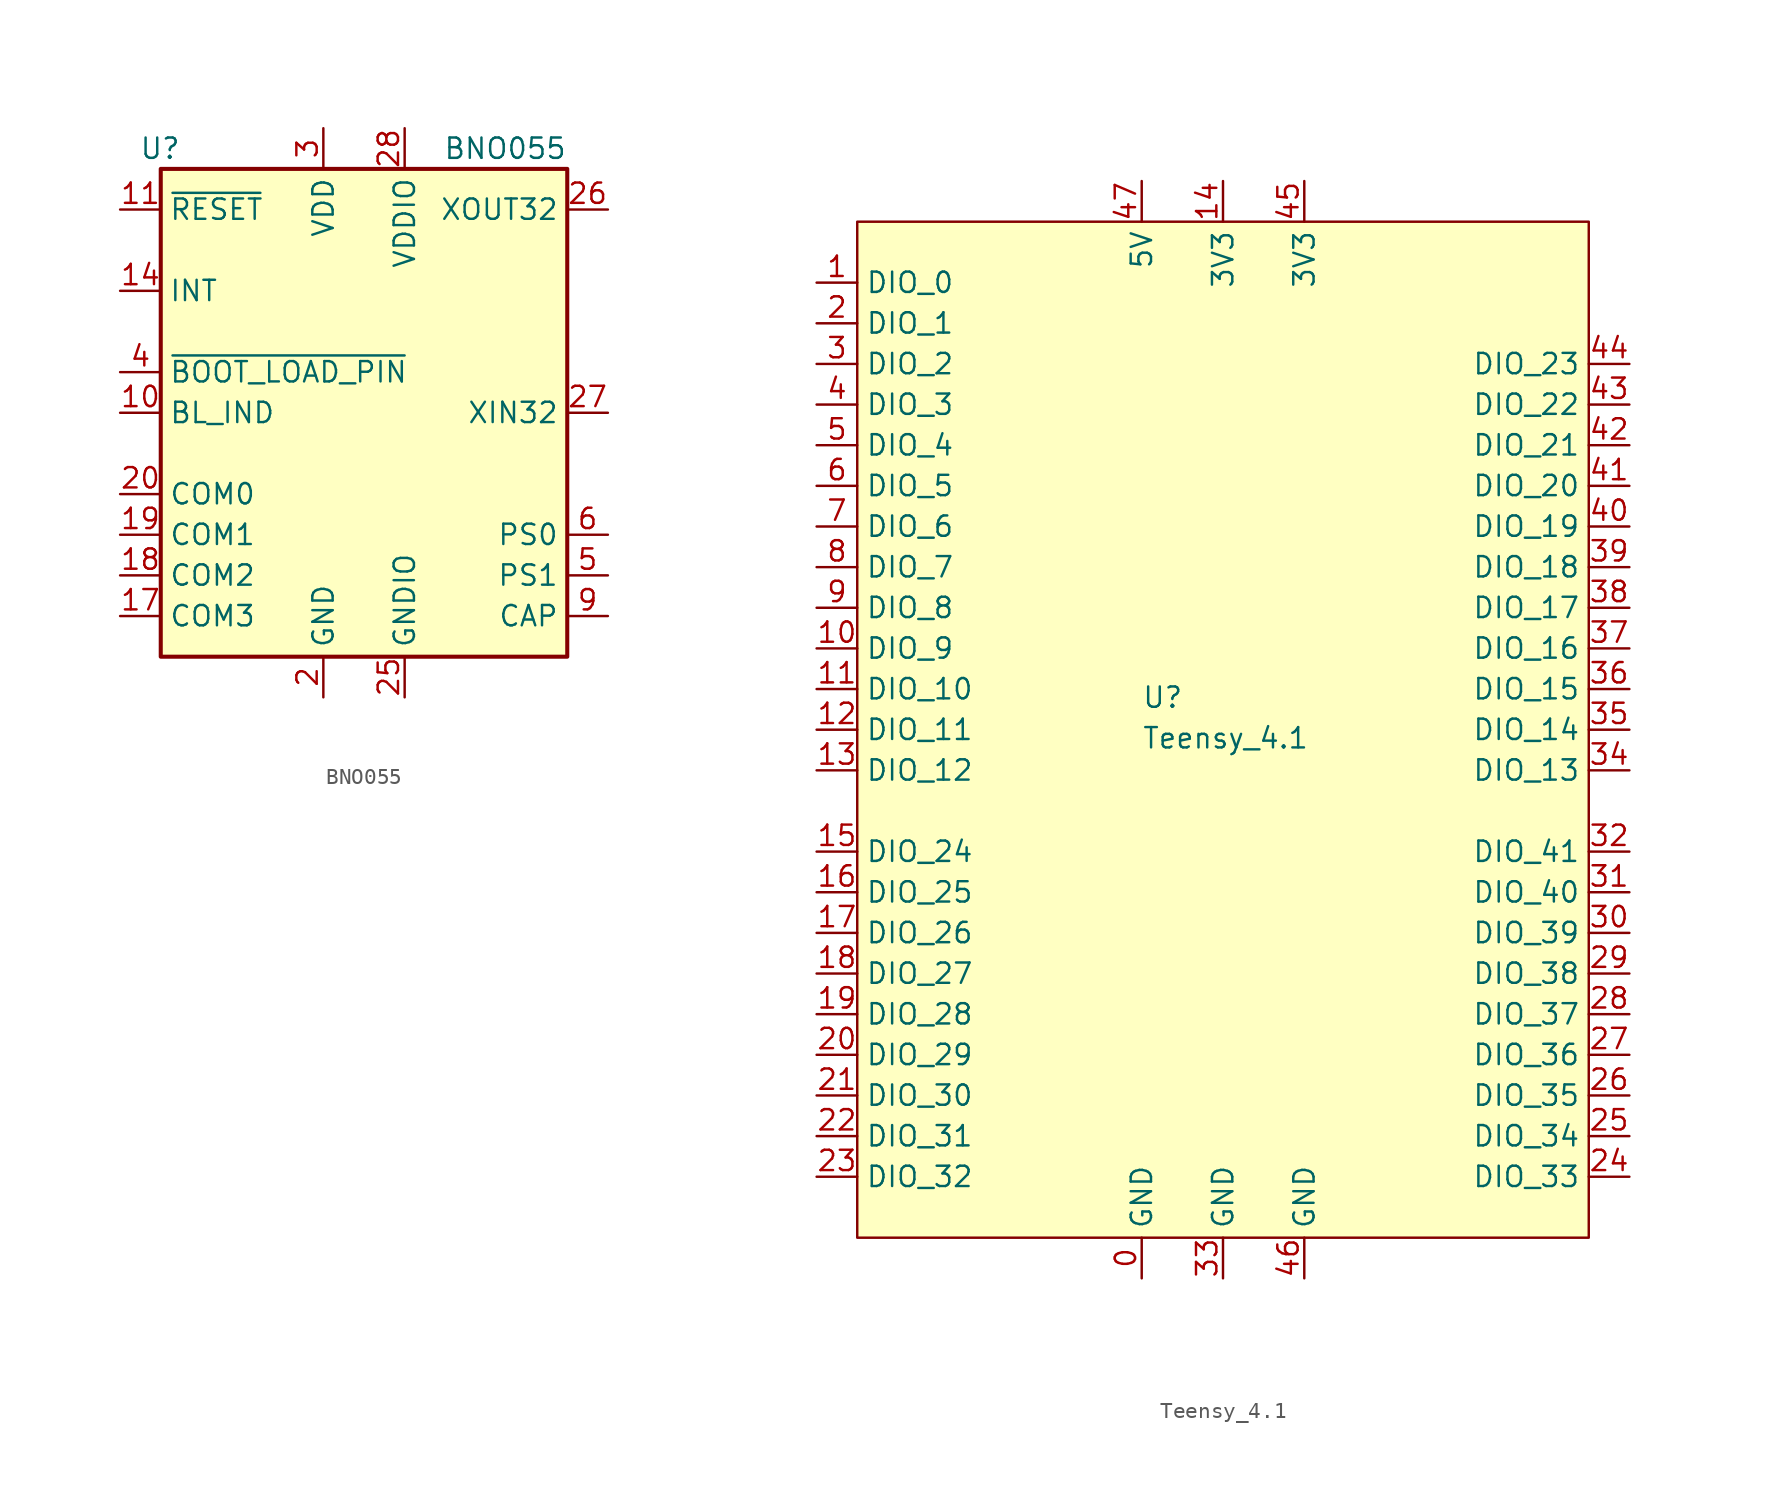
<source format=kicad_sym>
(kicad_symbol_lib
  (version 20220914)
  (generator kicad_symbol_editor)
  (symbol "BNO055"
    (property "Reference" "U"
      (at -11.43 16.51 0)
      (effects (font (size 1.27 1.27)) (justify right)))
    (property "Value" "BNO055"
      (at 12.7 16.51 0)
      (effects (font (size 1.27 1.27)) (justify right)))
    (symbol "BNO055_0_1"
      (rectangle (start -12.7 15.24) (end 12.7 -15.24) (stroke (width 0.254) (type default)) (fill (type background))))
    (symbol "BNO055_1_1"
      (pin no_connect line (at -12.7 10.16 0) (length 2.54) hide (name "PIN1" (effects (font (size 1.27 1.27)))) (number "1" (effects (font (size 1.27 1.27)))))
      (pin output line (at -15.24 0 0) (length 2.54) (name "BL_IND" (effects (font (size 1.27 1.27)))) (number "10" (effects (font (size 1.27 1.27)))))
      (pin input line (at -15.24 12.7 0) (length 2.54) (name "~{RESET}" (effects (font (size 1.27 1.27)))) (number "11" (effects (font (size 1.27 1.27)))))
      (pin no_connect line (at 12.7 10.16 180) (length 2.54) hide (name "PIN12" (effects (font (size 1.27 1.27)))) (number "12" (effects (font (size 1.27 1.27)))))
      (pin no_connect line (at 12.7 7.62 180) (length 2.54) hide (name "PIN13" (effects (font (size 1.27 1.27)))) (number "13" (effects (font (size 1.27 1.27)))))
      (pin output line (at -15.24 7.62 0) (length 2.54) (name "INT" (effects (font (size 1.27 1.27)))) (number "14" (effects (font (size 1.27 1.27)))))
      (pin passive line (at 2.54 -17.78 90) (length 2.54) hide (name "GNDIO" (effects (font (size 1.27 1.27)))) (number "15" (effects (font (size 1.27 1.27)))))
      (pin passive line (at 2.54 -17.78 90) (length 2.54) hide (name "GNDIO" (effects (font (size 1.27 1.27)))) (number "16" (effects (font (size 1.27 1.27)))))
      (pin input line (at -15.24 -12.7 0) (length 2.54) (name "COM3" (effects (font (size 1.27 1.27)))) (number "17" (effects (font (size 1.27 1.27)))))
      (pin bidirectional line (at -15.24 -10.16 0) (length 2.54) (name "COM2" (effects (font (size 1.27 1.27)))) (number "18" (effects (font (size 1.27 1.27)))))
      (pin bidirectional line (at -15.24 -7.62 0) (length 2.54) (name "COM1" (effects (font (size 1.27 1.27)))) (number "19" (effects (font (size 1.27 1.27)))))
      (pin power_in line (at -2.54 -17.78 90) (length 2.54) (name "GND" (effects (font (size 1.27 1.27)))) (number "2" (effects (font (size 1.27 1.27)))))
      (pin bidirectional line (at -15.24 -5.08 0) (length 2.54) (name "COM0" (effects (font (size 1.27 1.27)))) (number "20" (effects (font (size 1.27 1.27)))))
      (pin no_connect line (at 12.7 5.08 180) (length 2.54) hide (name "PIN21" (effects (font (size 1.27 1.27)))) (number "21" (effects (font (size 1.27 1.27)))))
      (pin no_connect line (at 12.7 2.54 180) (length 2.54) hide (name "PIN22" (effects (font (size 1.27 1.27)))) (number "22" (effects (font (size 1.27 1.27)))))
      (pin no_connect line (at 12.7 -2.54 180) (length 2.54) hide (name "PIN23" (effects (font (size 1.27 1.27)))) (number "23" (effects (font (size 1.27 1.27)))))
      (pin no_connect line (at 12.7 -5.08 180) (length 2.54) hide (name "PIN24" (effects (font (size 1.27 1.27)))) (number "24" (effects (font (size 1.27 1.27)))))
      (pin power_in line (at 2.54 -17.78 90) (length 2.54) (name "GNDIO" (effects (font (size 1.27 1.27)))) (number "25" (effects (font (size 1.27 1.27)))))
      (pin output line (at 15.24 12.7 180) (length 2.54) (name "XOUT32" (effects (font (size 1.27 1.27)))) (number "26" (effects (font (size 1.27 1.27)))))
      (pin input line (at 15.24 0 180) (length 2.54) (name "XIN32" (effects (font (size 1.27 1.27)))) (number "27" (effects (font (size 1.27 1.27)))))
      (pin power_in line (at 2.54 17.78 270) (length 2.54) (name "VDDIO" (effects (font (size 1.27 1.27)))) (number "28" (effects (font (size 1.27 1.27)))))
      (pin power_in line (at -2.54 17.78 270) (length 2.54) (name "VDD" (effects (font (size 1.27 1.27)))) (number "3" (effects (font (size 1.27 1.27)))))
      (pin input line (at -15.24 2.54 0) (length 2.54) (name "~{BOOT_LOAD_PIN}" (effects (font (size 1.27 1.27)))) (number "4" (effects (font (size 1.27 1.27)))))
      (pin input line (at 15.24 -10.16 180) (length 2.54) (name "PS1" (effects (font (size 1.27 1.27)))) (number "5" (effects (font (size 1.27 1.27)))))
      (pin input line (at 15.24 -7.62 180) (length 2.54) (name "PS0" (effects (font (size 1.27 1.27)))) (number "6" (effects (font (size 1.27 1.27)))))
      (pin no_connect line (at -12.7 5.08 0) (length 2.54) hide (name "PIN7" (effects (font (size 1.27 1.27)))) (number "7" (effects (font (size 1.27 1.27)))))
      (pin no_connect line (at -12.7 -2.54 0) (length 2.54) hide (name "PIN8" (effects (font (size 1.27 1.27)))) (number "8" (effects (font (size 1.27 1.27)))))
      (pin passive line (at 15.24 -12.7 180) (length 2.54) (name "CAP" (effects (font (size 1.27 1.27)))) (number "9" (effects (font (size 1.27 1.27)))))))
  (symbol "Teensy_4.1"
    (property "Reference" "U"
      (at -5.08 0 0)
      (effects (font (size 1.27 1.27)) (justify left bottom)))
    (property "Value" "Teensy_4.1"
      (at -5.08 -2.54 0)
      (effects (font (size 1.27 1.27)) (justify left bottom)))
    (symbol "Teensy_4.1_0_1"
      (rectangle (start -22.86 30.48) (end 22.86 -33.02) (stroke (width 0) (type default)) (fill (type background))))
    (symbol "Teensy_4.1_1_1"
      (pin passive line (at -5.08 -35.56 90) (length 2.54) (name "GND" (effects (font (size 1.27 1.27)))) (number "0" (effects (font (size 1.27 1.27)))))
      (pin bidirectional line (at -25.4 26.67 0) (length 2.54) (name "DIO_0" (effects (font (size 1.27 1.27)))) (number "1" (effects (font (size 1.27 1.27)))))
      (pin bidirectional line (at -25.4 3.81 0) (length 2.54) (name "DIO_9" (effects (font (size 1.27 1.27)))) (number "10" (effects (font (size 1.27 1.27)))))
      (pin bidirectional line (at -25.4 1.27 0) (length 2.54) (name "DIO_10" (effects (font (size 1.27 1.27)))) (number "11" (effects (font (size 1.27 1.27)))))
      (pin bidirectional line (at -25.4 -1.27 0) (length 2.54) (name "DIO_11" (effects (font (size 1.27 1.27)))) (number "12" (effects (font (size 1.27 1.27)))))
      (pin bidirectional line (at -25.4 -3.81 0) (length 2.54) (name "DIO_12" (effects (font (size 1.27 1.27)))) (number "13" (effects (font (size 1.27 1.27)))))
      (pin power_out line (at 0 33.02 270) (length 2.54) (name "3V3" (effects (font (size 1.27 1.27)))) (number "14" (effects (font (size 1.27 1.27)))))
      (pin bidirectional line (at -25.4 -8.89 0) (length 2.54) (name "DIO_24" (effects (font (size 1.27 1.27)))) (number "15" (effects (font (size 1.27 1.27)))))
      (pin bidirectional line (at -25.4 -11.43 0) (length 2.54) (name "DIO_25" (effects (font (size 1.27 1.27)))) (number "16" (effects (font (size 1.27 1.27)))))
      (pin bidirectional line (at -25.4 -13.97 0) (length 2.54) (name "DIO_26" (effects (font (size 1.27 1.27)))) (number "17" (effects (font (size 1.27 1.27)))))
      (pin bidirectional line (at -25.4 -16.51 0) (length 2.54) (name "DIO_27" (effects (font (size 1.27 1.27)))) (number "18" (effects (font (size 1.27 1.27)))))
      (pin bidirectional line (at -25.4 -19.05 0) (length 2.54) (name "DIO_28" (effects (font (size 1.27 1.27)))) (number "19" (effects (font (size 1.27 1.27)))))
      (pin bidirectional line (at -25.4 24.13 0) (length 2.54) (name "DIO_1" (effects (font (size 1.27 1.27)))) (number "2" (effects (font (size 1.27 1.27)))))
      (pin bidirectional line (at -25.4 -21.59 0) (length 2.54) (name "DIO_29" (effects (font (size 1.27 1.27)))) (number "20" (effects (font (size 1.27 1.27)))))
      (pin bidirectional line (at -25.4 -24.13 0) (length 2.54) (name "DIO_30" (effects (font (size 1.27 1.27)))) (number "21" (effects (font (size 1.27 1.27)))))
      (pin bidirectional line (at -25.4 -26.67 0) (length 2.54) (name "DIO_31" (effects (font (size 1.27 1.27)))) (number "22" (effects (font (size 1.27 1.27)))))
      (pin bidirectional line (at -25.4 -29.21 0) (length 2.54) (name "DIO_32" (effects (font (size 1.27 1.27)))) (number "23" (effects (font (size 1.27 1.27)))))
      (pin bidirectional line (at 25.4 -29.21 180) (length 2.54) (name "DIO_33" (effects (font (size 1.27 1.27)))) (number "24" (effects (font (size 1.27 1.27)))))
      (pin bidirectional line (at 25.4 -26.67 180) (length 2.54) (name "DIO_34" (effects (font (size 1.27 1.27)))) (number "25" (effects (font (size 1.27 1.27)))))
      (pin bidirectional line (at 25.4 -24.13 180) (length 2.54) (name "DIO_35" (effects (font (size 1.27 1.27)))) (number "26" (effects (font (size 1.27 1.27)))))
      (pin bidirectional line (at 25.4 -21.59 180) (length 2.54) (name "DIO_36" (effects (font (size 1.27 1.27)))) (number "27" (effects (font (size 1.27 1.27)))))
      (pin bidirectional line (at 25.4 -19.05 180) (length 2.54) (name "DIO_37" (effects (font (size 1.27 1.27)))) (number "28" (effects (font (size 1.27 1.27)))))
      (pin bidirectional line (at 25.4 -16.51 180) (length 2.54) (name "DIO_38" (effects (font (size 1.27 1.27)))) (number "29" (effects (font (size 1.27 1.27)))))
      (pin bidirectional line (at -25.4 21.59 0) (length 2.54) (name "DIO_2" (effects (font (size 1.27 1.27)))) (number "3" (effects (font (size 1.27 1.27)))))
      (pin bidirectional line (at 25.4 -13.97 180) (length 2.54) (name "DIO_39" (effects (font (size 1.27 1.27)))) (number "30" (effects (font (size 1.27 1.27)))))
      (pin bidirectional line (at 25.4 -11.43 180) (length 2.54) (name "DIO_40" (effects (font (size 1.27 1.27)))) (number "31" (effects (font (size 1.27 1.27)))))
      (pin bidirectional line (at 25.4 -8.89 180) (length 2.54) (name "DIO_41" (effects (font (size 1.27 1.27)))) (number "32" (effects (font (size 1.27 1.27)))))
      (pin passive line (at 0 -35.56 90) (length 2.54) (name "GND" (effects (font (size 1.27 1.27)))) (number "33" (effects (font (size 1.27 1.27)))))
      (pin bidirectional line (at 25.4 -3.81 180) (length 2.54) (name "DIO_13" (effects (font (size 1.27 1.27)))) (number "34" (effects (font (size 1.27 1.27)))))
      (pin bidirectional line (at 25.4 -1.27 180) (length 2.54) (name "DIO_14" (effects (font (size 1.27 1.27)))) (number "35" (effects (font (size 1.27 1.27)))))
      (pin bidirectional line (at 25.4 1.27 180) (length 2.54) (name "DIO_15" (effects (font (size 1.27 1.27)))) (number "36" (effects (font (size 1.27 1.27)))))
      (pin bidirectional line (at 25.4 3.81 180) (length 2.54) (name "DIO_16" (effects (font (size 1.27 1.27)))) (number "37" (effects (font (size 1.27 1.27)))))
      (pin bidirectional line (at 25.4 6.35 180) (length 2.54) (name "DIO_17" (effects (font (size 1.27 1.27)))) (number "38" (effects (font (size 1.27 1.27)))))
      (pin bidirectional line (at 25.4 8.89 180) (length 2.54) (name "DIO_18" (effects (font (size 1.27 1.27)))) (number "39" (effects (font (size 1.27 1.27)))))
      (pin bidirectional line (at -25.4 19.05 0) (length 2.54) (name "DIO_3" (effects (font (size 1.27 1.27)))) (number "4" (effects (font (size 1.27 1.27)))))
      (pin bidirectional line (at 25.4 11.43 180) (length 2.54) (name "DIO_19" (effects (font (size 1.27 1.27)))) (number "40" (effects (font (size 1.27 1.27)))))
      (pin bidirectional line (at 25.4 13.97 180) (length 2.54) (name "DIO_20" (effects (font (size 1.27 1.27)))) (number "41" (effects (font (size 1.27 1.27)))))
      (pin bidirectional line (at 25.4 16.51 180) (length 2.54) (name "DIO_21" (effects (font (size 1.27 1.27)))) (number "42" (effects (font (size 1.27 1.27)))))
      (pin bidirectional line (at 25.4 19.05 180) (length 2.54) (name "DIO_22" (effects (font (size 1.27 1.27)))) (number "43" (effects (font (size 1.27 1.27)))))
      (pin bidirectional line (at 25.4 21.59 180) (length 2.54) (name "DIO_23" (effects (font (size 1.27 1.27)))) (number "44" (effects (font (size 1.27 1.27)))))
      (pin power_out line (at 5.08 33.02 270) (length 2.54) (name "3V3" (effects (font (size 1.27 1.27)))) (number "45" (effects (font (size 1.27 1.27)))))
      (pin passive line (at 5.08 -35.56 90) (length 2.54) (name "GND" (effects (font (size 1.27 1.27)))) (number "46" (effects (font (size 1.27 1.27)))))
      (pin power_in line (at -5.08 33.02 270) (length 2.54) (name "5V" (effects (font (size 1.27 1.27)))) (number "47" (effects (font (size 1.27 1.27)))))
      (pin bidirectional line (at -25.4 16.51 0) (length 2.54) (name "DIO_4" (effects (font (size 1.27 1.27)))) (number "5" (effects (font (size 1.27 1.27)))))
      (pin bidirectional line (at -25.4 13.97 0) (length 2.54) (name "DIO_5" (effects (font (size 1.27 1.27)))) (number "6" (effects (font (size 1.27 1.27)))))
      (pin bidirectional line (at -25.4 11.43 0) (length 2.54) (name "DIO_6" (effects (font (size 1.27 1.27)))) (number "7" (effects (font (size 1.27 1.27)))))
      (pin bidirectional line (at -25.4 8.89 0) (length 2.54) (name "DIO_7" (effects (font (size 1.27 1.27)))) (number "8" (effects (font (size 1.27 1.27)))))
      (pin bidirectional line (at -25.4 6.35 0) (length 2.54) (name "DIO_8" (effects (font (size 1.27 1.27)))) (number "9" (effects (font (size 1.27 1.27))))))))
</source>
